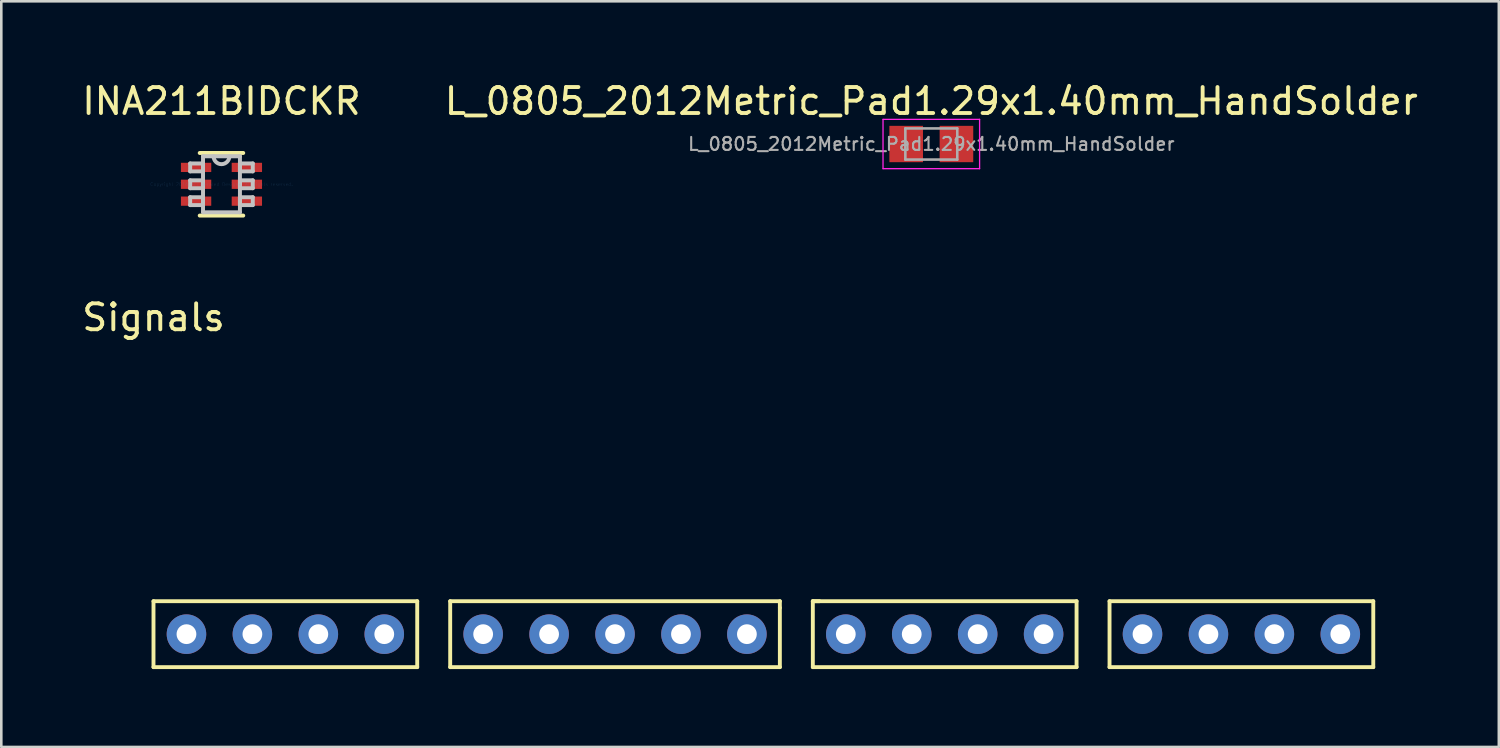
<source format=kicad_pcb>
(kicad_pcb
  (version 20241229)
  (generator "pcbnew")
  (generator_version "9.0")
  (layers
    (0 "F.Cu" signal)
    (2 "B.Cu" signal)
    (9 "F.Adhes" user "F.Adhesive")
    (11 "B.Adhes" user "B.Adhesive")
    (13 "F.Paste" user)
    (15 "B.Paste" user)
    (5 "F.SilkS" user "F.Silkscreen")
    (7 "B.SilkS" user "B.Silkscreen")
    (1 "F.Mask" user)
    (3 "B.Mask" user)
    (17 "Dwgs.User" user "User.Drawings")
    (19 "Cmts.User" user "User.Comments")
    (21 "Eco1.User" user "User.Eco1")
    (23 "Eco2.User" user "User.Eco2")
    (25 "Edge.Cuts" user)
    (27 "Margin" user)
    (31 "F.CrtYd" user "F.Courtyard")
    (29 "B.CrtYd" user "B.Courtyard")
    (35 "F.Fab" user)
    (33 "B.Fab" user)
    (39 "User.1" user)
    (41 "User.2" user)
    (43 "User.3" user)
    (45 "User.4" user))
  (footprint "Signals"
    (layer "F.Cu")
    (at 2.863 8.68)
    (property "Reference" "Signals" (at 0 0.5 0) (layer "F.SilkS") (effects (font (size 1 1) (thickness 0.15))))
    (attr through_hole)
    (fp_line (start 0 11.43) (end 10.16 11.43) (stroke (width 0.15) (type solid)) (layer "F.SilkS"))
    (fp_line (start 0 13.97) (end 0 11.43) (stroke (width 0.15) (type solid)) (layer "F.SilkS"))
    (fp_line (start 10.16 11.43) (end 10.16 13.97) (stroke (width 0.15) (type solid)) (layer "F.SilkS"))
    (fp_line (start 10.16 13.97) (end 0 13.97) (stroke (width 0.15) (type solid)) (layer "F.SilkS"))
    (fp_line (start 11.43 11.43) (end 11.43 13.97) (stroke (width 0.15) (type solid)) (layer "F.SilkS"))
    (fp_line (start 11.43 13.97) (end 24.13 13.97) (stroke (width 0.15) (type solid)) (layer "F.SilkS"))
    (fp_line (start 24.13 11.43) (end 11.43 11.43) (stroke (width 0.15) (type solid)) (layer "F.SilkS"))
    (fp_line (start 24.13 11.684) (end 24.13 11.43) (stroke (width 0.15) (type solid)) (layer "F.SilkS"))
    (fp_line (start 24.13 13.97) (end 24.13 11.684) (stroke (width 0.15) (type solid)) (layer "F.SilkS"))
    (fp_line (start 25.4 11.43) (end 25.4 13.97) (stroke (width 0.15) (type solid)) (layer "F.SilkS"))
    (fp_line (start 25.4 13.97) (end 35.56 13.97) (stroke (width 0.15) (type solid)) (layer "F.SilkS"))
    (fp_line (start 25.654 11.43) (end 25.4 11.43) (stroke (width 0.15) (type solid)) (layer "F.SilkS"))
    (fp_line (start 35.56 11.43) (end 25.4 11.43) (stroke (width 0.15) (type solid)) (layer "F.SilkS"))
    (fp_line (start 35.56 13.97) (end 35.56 11.43) (stroke (width 0.15) (type solid)) (layer "F.SilkS"))
    (fp_line (start 36.83 11.43) (end 36.83 13.97) (stroke (width 0.15) (type solid)) (layer "F.SilkS"))
    (fp_line (start 36.83 13.97) (end 46.99 13.97) (stroke (width 0.15) (type solid)) (layer "F.SilkS"))
    (fp_line (start 46.99 11.43) (end 36.83 11.43) (stroke (width 0.15) (type solid)) (layer "F.SilkS"))
    (fp_line (start 46.99 13.97) (end 46.99 11.43) (stroke (width 0.15) (type solid)) (layer "F.SilkS"))
    (pad "1" thru_hole circle (at 1.27 12.7) (size 1.524 1.524) (drill 0.762) (layers "*.Cu" "*.Mask"))
    (pad "2" thru_hole circle (at 3.81 12.7) (size 1.524 1.524) (drill 0.762) (layers "*.Cu" "*.Mask"))
    (pad "3" thru_hole circle (at 6.35 12.7) (size 1.524 1.524) (drill 0.762) (layers "*.Cu" "*.Mask"))
    (pad "4" thru_hole circle (at 8.89 12.7) (size 1.524 1.524) (drill 0.762) (layers "*.Cu" "*.Mask"))
    (pad "5" thru_hole circle (at 12.7 12.7) (size 1.524 1.524) (drill 0.762) (layers "*.Cu" "*.Mask"))
    (pad "6" thru_hole circle (at 15.24 12.7) (size 1.524 1.524) (drill 0.762) (layers "*.Cu" "*.Mask"))
    (pad "7" thru_hole circle (at 17.78 12.7) (size 1.524 1.524) (drill 0.762) (layers "*.Cu" "*.Mask"))
    (pad "8" thru_hole circle (at 20.32 12.7) (size 1.524 1.524) (drill 0.762) (layers "*.Cu" "*.Mask"))
    (pad "9" thru_hole circle (at 22.86 12.7) (size 1.524 1.524) (drill 0.762) (layers "*.Cu" "*.Mask"))
    (pad "10" thru_hole circle (at 26.67 12.7) (size 1.524 1.524) (drill 0.762) (layers "*.Cu" "*.Mask"))
    (pad "11" thru_hole circle (at 29.21 12.7) (size 1.524 1.524) (drill 0.762) (layers "*.Cu" "*.Mask"))
    (pad "12" thru_hole circle (at 31.75 12.7) (size 1.524 1.524) (drill 0.762) (layers "*.Cu" "*.Mask"))
    (pad "13" thru_hole circle (at 34.29 12.7) (size 1.524 1.524) (drill 0.762) (layers "*.Cu" "*.Mask"))
    (pad "14" thru_hole circle (at 38.1 12.7) (size 1.524 1.524) (drill 0.762) (layers "*.Cu" "*.Mask"))
    (pad "15" thru_hole circle (at 40.64 12.7) (size 1.524 1.524) (drill 0.762) (layers "*.Cu" "*.Mask"))
    (pad "16" thru_hole circle (at 43.18 12.7) (size 1.524 1.524) (drill 0.762) (layers "*.Cu" "*.Mask"))
    (pad "17" thru_hole circle (at 45.72 12.7) (size 1.524 1.524) (drill 0.762) (layers "*.Cu" "*.Mask")))
  (footprint "INA211BIDCKR"
    (layer "F.Cu")
    (at 5.482 4.049)
    (property "Reference" "INA211BIDCKR" (at 0 -3.2 0) (layer "F.SilkS") (effects (font (size 1 1) (thickness 0.15))))
    (attr through_hole)
    (fp_line (start -0.838 1.206) (end 0.838 1.206) (stroke (width 0.152) (type solid)) (layer "F.SilkS"))
    (fp_line (start 0.838 -1.206) (end -0.838 -1.206) (stroke (width 0.152) (type solid)) (layer "F.SilkS"))
    (fp_line (start -1.206 -0.802) (end -1.206 -0.498) (stroke (width 0.152) (type solid)) (layer "Dwgs.User"))
    (fp_line (start -1.206 -0.498) (end -0.711 -0.498) (stroke (width 0.152) (type solid)) (layer "Dwgs.User"))
    (fp_line (start -1.206 -0.152) (end -1.206 0.152) (stroke (width 0.152) (type solid)) (layer "Dwgs.User"))
    (fp_line (start -1.206 0.152) (end -0.711 0.152) (stroke (width 0.152) (type solid)) (layer "Dwgs.User"))
    (fp_line (start -1.206 0.498) (end -1.206 0.802) (stroke (width 0.152) (type solid)) (layer "Dwgs.User"))
    (fp_line (start -1.206 0.802) (end -0.711 0.802) (stroke (width 0.152) (type solid)) (layer "Dwgs.User"))
    (fp_line (start -0.711 -1.079) (end -0.711 1.079) (stroke (width 0.152) (type solid)) (layer "Dwgs.User"))
    (fp_line (start -0.711 -0.802) (end -1.206 -0.802) (stroke (width 0.152) (type solid)) (layer "Dwgs.User"))
    (fp_line (start -0.711 -0.498) (end -0.711 -0.802) (stroke (width 0.152) (type solid)) (layer "Dwgs.User"))
    (fp_line (start -0.711 -0.152) (end -1.206 -0.152) (stroke (width 0.152) (type solid)) (layer "Dwgs.User"))
    (fp_line (start -0.711 0.152) (end -0.711 -0.152) (stroke (width 0.152) (type solid)) (layer "Dwgs.User"))
    (fp_line (start -0.711 0.498) (end -1.206 0.498) (stroke (width 0.152) (type solid)) (layer "Dwgs.User"))
    (fp_line (start -0.711 0.802) (end -0.711 0.498) (stroke (width 0.152) (type solid)) (layer "Dwgs.User"))
    (fp_line (start -0.711 1.079) (end 0.711 1.079) (stroke (width 0.152) (type solid)) (layer "Dwgs.User"))
    (fp_line (start 0.711 -1.079) (end -0.711 -1.079) (stroke (width 0.152) (type solid)) (layer "Dwgs.User"))
    (fp_line (start 0.711 -0.802) (end 0.711 -0.498) (stroke (width 0.152) (type solid)) (layer "Dwgs.User"))
    (fp_line (start 0.711 -0.498) (end 1.206 -0.498) (stroke (width 0.152) (type solid)) (layer "Dwgs.User"))
    (fp_line (start 0.711 -0.152) (end 0.711 0.152) (stroke (width 0.152) (type solid)) (layer "Dwgs.User"))
    (fp_line (start 0.711 0.152) (end 1.206 0.152) (stroke (width 0.152) (type solid)) (layer "Dwgs.User"))
    (fp_line (start 0.711 0.498) (end 0.711 0.802) (stroke (width 0.152) (type solid)) (layer "Dwgs.User"))
    (fp_line (start 0.711 0.802) (end 1.206 0.802) (stroke (width 0.152) (type solid)) (layer "Dwgs.User"))
    (fp_line (start 0.711 1.079) (end 0.711 -1.079) (stroke (width 0.152) (type solid)) (layer "Dwgs.User"))
    (fp_line (start 1.206 -0.802) (end 0.711 -0.802) (stroke (width 0.152) (type solid)) (layer "Dwgs.User"))
    (fp_line (start 1.206 -0.498) (end 1.206 -0.802) (stroke (width 0.152) (type solid)) (layer "Dwgs.User"))
    (fp_line (start 1.206 -0.152) (end 0.711 -0.152) (stroke (width 0.152) (type solid)) (layer "Dwgs.User"))
    (fp_line (start 1.206 0.152) (end 1.206 -0.152) (stroke (width 0.152) (type solid)) (layer "Dwgs.User"))
    (fp_line (start 1.206 0.498) (end 0.711 0.498) (stroke (width 0.152) (type solid)) (layer "Dwgs.User"))
    (fp_line (start 1.206 0.802) (end 1.206 0.498) (stroke (width 0.152) (type solid)) (layer "Dwgs.User"))
    (fp_arc (start 0.3048 -1.0795) (mid 0 -0.7747) (end -0.3048 -1.0795) (stroke (width 0.1524) (type solid)) (layer "Dwgs.User"))
    (fp_text user "Copyright 2016 Accelerated Designs. All rights reserved." (at 0 0 0) (layer "Cmts.User") (effects (font (size 0.127 0.127) (thickness 0.002))))
    (pad "1" smd rect (at -0.978 -0.65) (size 1.168 0.356) (layers "F.Cu" "F.Mask" "F.Paste"))
    (pad "2" smd rect (at -0.978 0) (size 1.168 0.356) (layers "F.Cu" "F.Mask" "F.Paste"))
    (pad "3" smd rect (at -0.978 0.65) (size 1.168 0.356) (layers "F.Cu" "F.Mask" "F.Paste"))
    (pad "4" smd rect (at 0.978 0.65) (size 1.168 0.356) (layers "F.Cu" "F.Mask" "F.Paste"))
    (pad "5" smd rect (at 0.978 0) (size 1.168 0.356) (layers "F.Cu" "F.Mask" "F.Paste"))
    (pad "6" smd rect (at 0.978 -0.65) (size 1.168 0.356) (layers "F.Cu" "F.Mask" "F.Paste")))
  (footprint "L_0805_2012Metric_Pad1.29x1.40mm_HandSolder"
    (layer "F.Cu")
    (at 32.827 2.498)
    (property "Reference" "L_0805_2012Metric_Pad1.29x1.40mm_HandSolder" (at 0 -1.65 0) (layer "F.SilkS") (effects (font (size 1 1) (thickness 0.15))))
    (attr smd)
    (fp_line (start -1.86 -0.95) (end 1.86 -0.95) (stroke (width 0.05) (type solid)) (layer "F.CrtYd"))
    (fp_line (start -1.86 0.95) (end -1.86 -0.95) (stroke (width 0.05) (type solid)) (layer "F.CrtYd"))
    (fp_line (start 1.86 -0.95) (end 1.86 0.95) (stroke (width 0.05) (type solid)) (layer "F.CrtYd"))
    (fp_line (start 1.86 0.95) (end -1.86 0.95) (stroke (width 0.05) (type solid)) (layer "F.CrtYd"))
    (fp_line (start -1 -0.6) (end 1 -0.6) (stroke (width 0.1) (type solid)) (layer "F.Fab"))
    (fp_line (start -1 0.6) (end -1 -0.6) (stroke (width 0.1) (type solid)) (layer "F.Fab"))
    (fp_line (start 1 -0.6) (end 1 0.6) (stroke (width 0.1) (type solid)) (layer "F.Fab"))
    (fp_line (start 1 0.6) (end -1 0.6) (stroke (width 0.1) (type solid)) (layer "F.Fab"))
    (fp_text user "${REFERENCE}" (at 0 0 0) (layer "F.Fab") (effects (font (size 0.5 0.5) (thickness 0.08))))
    (pad "1" smd rect (at -0.968 0) (size 1.295 1.4) (layers "F.Cu" "F.Mask" "F.Paste"))
    (pad "2" smd rect (at 0.968 0) (size 1.295 1.4) (layers "F.Cu" "F.Mask" "F.Paste")))
  (gr_rect
    (start -3 -3)
    (end 54.69 25.725)
    (stroke (width 0.1) (type default))
    (fill no)
    (layer "Edge.Cuts")))
</source>
